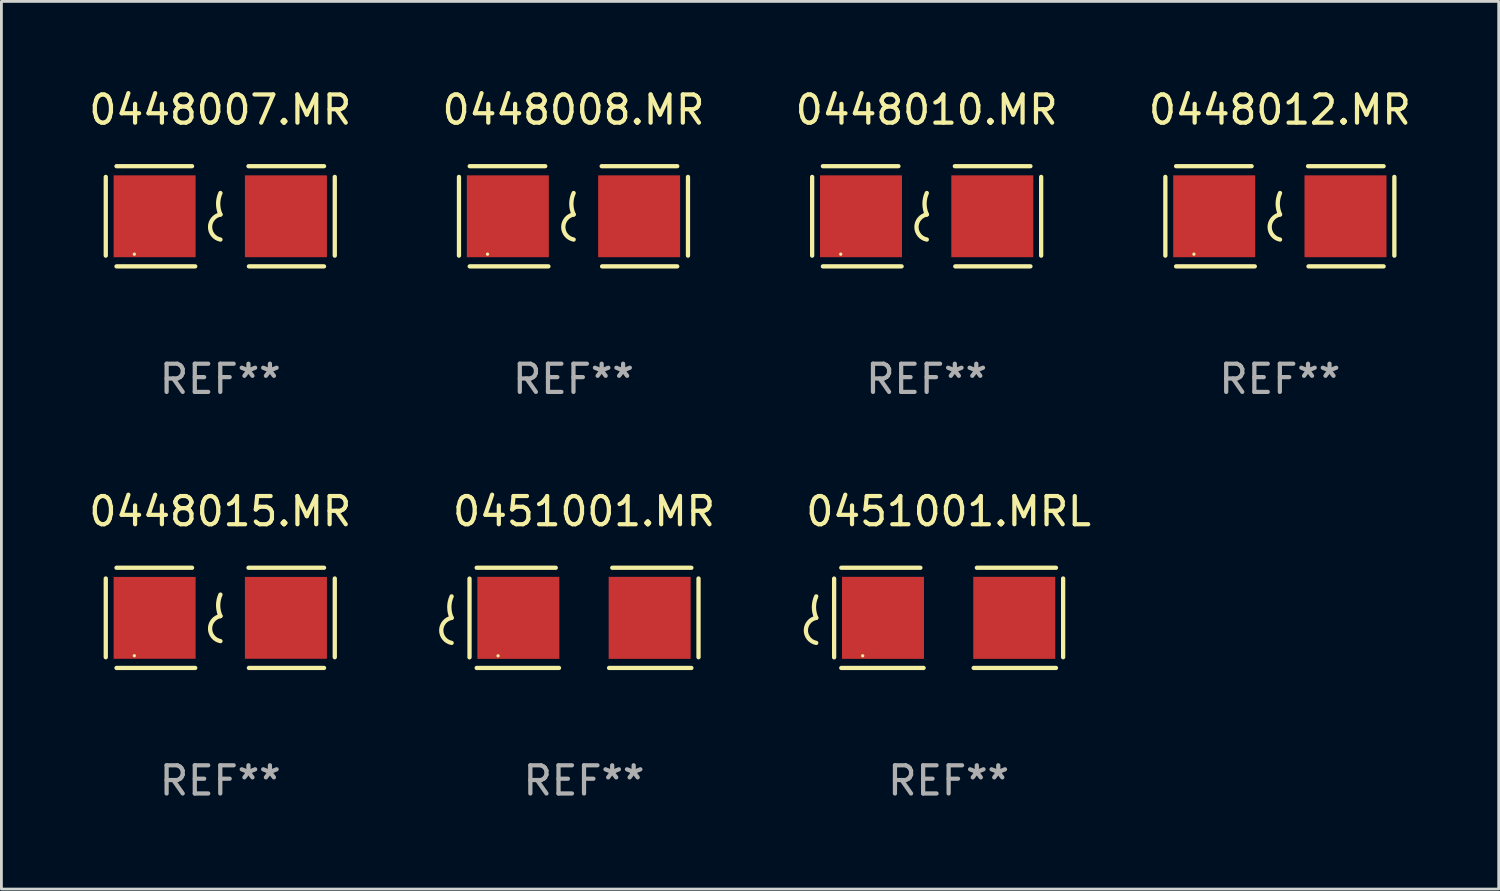
<source format=kicad_pcb>
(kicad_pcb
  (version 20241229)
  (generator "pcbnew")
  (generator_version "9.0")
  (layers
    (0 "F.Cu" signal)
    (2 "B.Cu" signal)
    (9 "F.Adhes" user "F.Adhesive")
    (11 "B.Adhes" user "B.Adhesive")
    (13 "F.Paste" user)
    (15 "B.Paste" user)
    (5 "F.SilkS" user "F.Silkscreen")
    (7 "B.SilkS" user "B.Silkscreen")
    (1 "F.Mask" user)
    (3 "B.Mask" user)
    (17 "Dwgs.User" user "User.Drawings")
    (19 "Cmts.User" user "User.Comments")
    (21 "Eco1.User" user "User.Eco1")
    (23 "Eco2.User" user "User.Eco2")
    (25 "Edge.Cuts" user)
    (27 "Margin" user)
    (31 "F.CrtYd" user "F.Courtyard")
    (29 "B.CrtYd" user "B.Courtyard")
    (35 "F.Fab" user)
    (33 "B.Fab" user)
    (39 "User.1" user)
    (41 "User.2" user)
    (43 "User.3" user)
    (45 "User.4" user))
  (footprint "0448010.MR"
    (layer "F.Cu")
    (at 29.839 4.626)
    (property "Reference" "0448010.MR" (at 0 -3.778 0) (layer "F.SilkS") (effects (font (size 1 1) (thickness 0.15))))
    (attr through_hole)
    (fp_line (start -4.064 -1.397) (end -4.064 1.397) (stroke (width 0.152) (type solid)) (layer "F.SilkS"))
    (fp_line (start -3.683 -1.778) (end -1.002 -1.778) (stroke (width 0.152) (type solid)) (layer "F.SilkS"))
    (fp_line (start -0.889 1.778) (end -3.683 1.778) (stroke (width 0.152) (type solid)) (layer "F.SilkS"))
    (fp_line (start 1.016 1.778) (end 3.683 1.778) (stroke (width 0.152) (type solid)) (layer "F.SilkS"))
    (fp_line (start 3.683 -1.778) (end 1.001 -1.778) (stroke (width 0.152) (type solid)) (layer "F.SilkS"))
    (fp_line (start 4.064 -1.397) (end 4.064 1.397) (stroke (width 0.152) (type solid)) (layer "F.SilkS"))
    (fp_arc (start 0.006045 -0.0635) (mid -0.075591 -0.444501) (end 0.006045 -0.825502) (stroke (width 0.151994) (type solid)) (layer "F.SilkS"))
    (fp_arc (start 0.006045 0.825502) (mid -0.361643 0.381001) (end 0.006045 -0.0635) (stroke (width 0.151994) (type solid)) (layer "F.SilkS"))
    (fp_circle (center -3.05 1.345) (end -3.02 1.345) (stroke (width 0.06) (type solid)) (fill no) (layer "F.SilkS"))
    (fp_text user "REF**" (at 0 5.778 0) (layer "F.Fab") (effects (font (size 1 1) (thickness 0.15))))
    (pad "1" smd rect (at -2.33 0) (size 2.91 2.905) (layers "F.Cu" "F.Mask" "F.Paste"))
    (pad "2" smd rect (at 2.33 0) (size 2.91 2.905) (layers "F.Cu" "F.Mask" "F.Paste")))
  (footprint "0451001.MR"
    (layer "F.Cu")
    (at 17.678 18.879)
    (property "Reference" "0451001.MR" (at 0 -3.778 0) (layer "F.SilkS") (effects (font (size 1 1) (thickness 0.15))))
    (attr through_hole)
    (fp_line (start -4.064 -1.393) (end -4.064 1.401) (stroke (width 0.152) (type solid)) (layer "F.SilkS"))
    (fp_line (start -3.81 -1.778) (end -1.002 -1.778) (stroke (width 0.152) (type solid)) (layer "F.SilkS"))
    (fp_line (start -0.889 1.778) (end -3.81 1.778) (stroke (width 0.152) (type solid)) (layer "F.SilkS"))
    (fp_line (start 0.889 1.778) (end 3.81 1.778) (stroke (width 0.152) (type solid)) (layer "F.SilkS"))
    (fp_line (start 3.81 -1.778) (end 1.002 -1.778) (stroke (width 0.152) (type solid)) (layer "F.SilkS"))
    (fp_line (start 4.064 -1.397) (end 4.064 1.397) (stroke (width 0.152) (type solid)) (layer "F.SilkS"))
    (fp_arc (start -4.699009 0) (mid -4.780645 -0.381001) (end -4.699009 -0.762002) (stroke (width 0.151994) (type solid)) (layer "F.SilkS"))
    (fp_arc (start -4.699009 0.889002) (mid -5.066697 0.444501) (end -4.699009 0) (stroke (width 0.151994) (type solid)) (layer "F.SilkS"))
    (fp_circle (center -3.05 1.347) (end -3.02 1.347) (stroke (width 0.06) (type solid)) (fill no) (layer "F.SilkS"))
    (fp_text user "REF**" (at 0 5.778 0) (layer "F.Fab") (effects (font (size 1 1) (thickness 0.15))))
    (pad "1" smd rect (at -2.33 0) (size 2.91 2.911) (layers "F.Cu" "F.Mask" "F.Paste"))
    (pad "2" smd rect (at 2.33 0) (size 2.91 2.911) (layers "F.Cu" "F.Mask" "F.Paste")))
  (footprint "0451001.MRL"
    (layer "F.Cu")
    (at 30.619 18.879)
    (property "Reference" "0451001.MRL" (at 0 -3.778 0) (layer "F.SilkS") (effects (font (size 1 1) (thickness 0.15))))
    (attr through_hole)
    (fp_line (start -4.064 -1.393) (end -4.064 1.401) (stroke (width 0.152) (type solid)) (layer "F.SilkS"))
    (fp_line (start -3.81 -1.778) (end -1.002 -1.778) (stroke (width 0.152) (type solid)) (layer "F.SilkS"))
    (fp_line (start -0.889 1.778) (end -3.81 1.778) (stroke (width 0.152) (type solid)) (layer "F.SilkS"))
    (fp_line (start 0.889 1.778) (end 3.81 1.778) (stroke (width 0.152) (type solid)) (layer "F.SilkS"))
    (fp_line (start 3.81 -1.778) (end 1.002 -1.778) (stroke (width 0.152) (type solid)) (layer "F.SilkS"))
    (fp_line (start 4.064 -1.397) (end 4.064 1.397) (stroke (width 0.152) (type solid)) (layer "F.SilkS"))
    (fp_arc (start -4.699009 0) (mid -4.780645 -0.381001) (end -4.699009 -0.762002) (stroke (width 0.151994) (type solid)) (layer "F.SilkS"))
    (fp_arc (start -4.699009 0.889002) (mid -5.066697 0.444501) (end -4.699009 0) (stroke (width 0.151994) (type solid)) (layer "F.SilkS"))
    (fp_circle (center -3.05 1.347) (end -3.02 1.347) (stroke (width 0.06) (type solid)) (fill no) (layer "F.SilkS"))
    (fp_text user "REF**" (at 0 5.778 0) (layer "F.Fab") (effects (font (size 1 1) (thickness 0.15))))
    (pad "1" smd rect (at -2.33 0) (size 2.91 2.911) (layers "F.Cu" "F.Mask" "F.Paste"))
    (pad "2" smd rect (at 2.33 0) (size 2.91 2.911) (layers "F.Cu" "F.Mask" "F.Paste")))
  (footprint "0448015.MR"
    (layer "F.Cu")
    (at 4.768 18.879)
    (property "Reference" "0448015.MR" (at 0 -3.778 0) (layer "F.SilkS") (effects (font (size 1 1) (thickness 0.15))))
    (attr through_hole)
    (fp_line (start -4.064 -1.397) (end -4.064 1.397) (stroke (width 0.152) (type solid)) (layer "F.SilkS"))
    (fp_line (start -3.683 -1.778) (end -1.002 -1.778) (stroke (width 0.152) (type solid)) (layer "F.SilkS"))
    (fp_line (start -0.889 1.778) (end -3.683 1.778) (stroke (width 0.152) (type solid)) (layer "F.SilkS"))
    (fp_line (start 1.016 1.778) (end 3.683 1.778) (stroke (width 0.152) (type solid)) (layer "F.SilkS"))
    (fp_line (start 3.683 -1.778) (end 1.001 -1.778) (stroke (width 0.152) (type solid)) (layer "F.SilkS"))
    (fp_line (start 4.064 -1.397) (end 4.064 1.397) (stroke (width 0.152) (type solid)) (layer "F.SilkS"))
    (fp_arc (start 0.006045 -0.0635) (mid -0.075591 -0.444501) (end 0.006045 -0.825502) (stroke (width 0.151994) (type solid)) (layer "F.SilkS"))
    (fp_arc (start 0.006045 0.825502) (mid -0.361643 0.381001) (end 0.006045 -0.0635) (stroke (width 0.151994) (type solid)) (layer "F.SilkS"))
    (fp_circle (center -3.05 1.345) (end -3.02 1.345) (stroke (width 0.06) (type solid)) (fill no) (layer "F.SilkS"))
    (fp_text user "REF**" (at 0 5.778 0) (layer "F.Fab") (effects (font (size 1 1) (thickness 0.15))))
    (pad "1" smd rect (at -2.33 0) (size 2.91 2.905) (layers "F.Cu" "F.Mask" "F.Paste"))
    (pad "2" smd rect (at 2.33 0) (size 2.91 2.905) (layers "F.Cu" "F.Mask" "F.Paste")))
  (footprint "0448007.MR"
    (layer "F.Cu")
    (at 4.768 4.626)
    (property "Reference" "0448007.MR" (at 0 -3.778 0) (layer "F.SilkS") (effects (font (size 1 1) (thickness 0.15))))
    (attr through_hole)
    (fp_line (start -4.064 -1.397) (end -4.064 1.397) (stroke (width 0.152) (type solid)) (layer "F.SilkS"))
    (fp_line (start -3.683 -1.778) (end -1.002 -1.778) (stroke (width 0.152) (type solid)) (layer "F.SilkS"))
    (fp_line (start -0.889 1.778) (end -3.683 1.778) (stroke (width 0.152) (type solid)) (layer "F.SilkS"))
    (fp_line (start 1.016 1.778) (end 3.683 1.778) (stroke (width 0.152) (type solid)) (layer "F.SilkS"))
    (fp_line (start 3.683 -1.778) (end 1.001 -1.778) (stroke (width 0.152) (type solid)) (layer "F.SilkS"))
    (fp_line (start 4.064 -1.397) (end 4.064 1.397) (stroke (width 0.152) (type solid)) (layer "F.SilkS"))
    (fp_arc (start 0.006045 -0.0635) (mid -0.075591 -0.444501) (end 0.006045 -0.825502) (stroke (width 0.151994) (type solid)) (layer "F.SilkS"))
    (fp_arc (start 0.006045 0.825502) (mid -0.361643 0.381001) (end 0.006045 -0.0635) (stroke (width 0.151994) (type solid)) (layer "F.SilkS"))
    (fp_circle (center -3.05 1.345) (end -3.02 1.345) (stroke (width 0.06) (type solid)) (fill no) (layer "F.SilkS"))
    (fp_text user "REF**" (at 0 5.778 0) (layer "F.Fab") (effects (font (size 1 1) (thickness 0.15))))
    (pad "1" smd rect (at -2.33 0) (size 2.91 2.905) (layers "F.Cu" "F.Mask" "F.Paste"))
    (pad "2" smd rect (at 2.33 0) (size 2.91 2.905) (layers "F.Cu" "F.Mask" "F.Paste")))
  (footprint "0448008.MR"
    (layer "F.Cu")
    (at 17.304 4.626)
    (property "Reference" "0448008.MR" (at 0 -3.778 0) (layer "F.SilkS") (effects (font (size 1 1) (thickness 0.15))))
    (attr through_hole)
    (fp_line (start -4.064 -1.397) (end -4.064 1.397) (stroke (width 0.152) (type solid)) (layer "F.SilkS"))
    (fp_line (start -3.683 -1.778) (end -1.002 -1.778) (stroke (width 0.152) (type solid)) (layer "F.SilkS"))
    (fp_line (start -0.889 1.778) (end -3.683 1.778) (stroke (width 0.152) (type solid)) (layer "F.SilkS"))
    (fp_line (start 1.016 1.778) (end 3.683 1.778) (stroke (width 0.152) (type solid)) (layer "F.SilkS"))
    (fp_line (start 3.683 -1.778) (end 1.001 -1.778) (stroke (width 0.152) (type solid)) (layer "F.SilkS"))
    (fp_line (start 4.064 -1.397) (end 4.064 1.397) (stroke (width 0.152) (type solid)) (layer "F.SilkS"))
    (fp_arc (start 0.006045 -0.0635) (mid -0.075591 -0.444501) (end 0.006045 -0.825502) (stroke (width 0.151994) (type solid)) (layer "F.SilkS"))
    (fp_arc (start 0.006045 0.825502) (mid -0.361643 0.381001) (end 0.006045 -0.0635) (stroke (width 0.151994) (type solid)) (layer "F.SilkS"))
    (fp_circle (center -3.05 1.345) (end -3.02 1.345) (stroke (width 0.06) (type solid)) (fill no) (layer "F.SilkS"))
    (fp_text user "REF**" (at 0 5.778 0) (layer "F.Fab") (effects (font (size 1 1) (thickness 0.15))))
    (pad "1" smd rect (at -2.33 0) (size 2.91 2.905) (layers "F.Cu" "F.Mask" "F.Paste"))
    (pad "2" smd rect (at 2.33 0) (size 2.91 2.905) (layers "F.Cu" "F.Mask" "F.Paste")))
  (footprint "0448012.MR"
    (layer "F.Cu")
    (at 42.375 4.626)
    (property "Reference" "0448012.MR" (at 0 -3.778 0) (layer "F.SilkS") (effects (font (size 1 1) (thickness 0.15))))
    (attr through_hole)
    (fp_line (start -4.064 -1.397) (end -4.064 1.397) (stroke (width 0.152) (type solid)) (layer "F.SilkS"))
    (fp_line (start -3.683 -1.778) (end -1.002 -1.778) (stroke (width 0.152) (type solid)) (layer "F.SilkS"))
    (fp_line (start -0.889 1.778) (end -3.683 1.778) (stroke (width 0.152) (type solid)) (layer "F.SilkS"))
    (fp_line (start 1.016 1.778) (end 3.683 1.778) (stroke (width 0.152) (type solid)) (layer "F.SilkS"))
    (fp_line (start 3.683 -1.778) (end 1.001 -1.778) (stroke (width 0.152) (type solid)) (layer "F.SilkS"))
    (fp_line (start 4.064 -1.397) (end 4.064 1.397) (stroke (width 0.152) (type solid)) (layer "F.SilkS"))
    (fp_arc (start 0.006045 -0.0635) (mid -0.075591 -0.444501) (end 0.006045 -0.825502) (stroke (width 0.151994) (type solid)) (layer "F.SilkS"))
    (fp_arc (start 0.006045 0.825502) (mid -0.361643 0.381001) (end 0.006045 -0.0635) (stroke (width 0.151994) (type solid)) (layer "F.SilkS"))
    (fp_circle (center -3.05 1.345) (end -3.02 1.345) (stroke (width 0.06) (type solid)) (fill no) (layer "F.SilkS"))
    (fp_text user "REF**" (at 0 5.778 0) (layer "F.Fab") (effects (font (size 1 1) (thickness 0.15))))
    (pad "1" smd rect (at -2.33 0) (size 2.91 2.905) (layers "F.Cu" "F.Mask" "F.Paste"))
    (pad "2" smd rect (at 2.33 0) (size 2.91 2.905) (layers "F.Cu" "F.Mask" "F.Paste")))
  (gr_rect
    (start -3 -3)
    (end 50.143 28.505)
    (stroke (width 0.1) (type default))
    (fill no)
    (layer "Edge.Cuts")))
</source>
